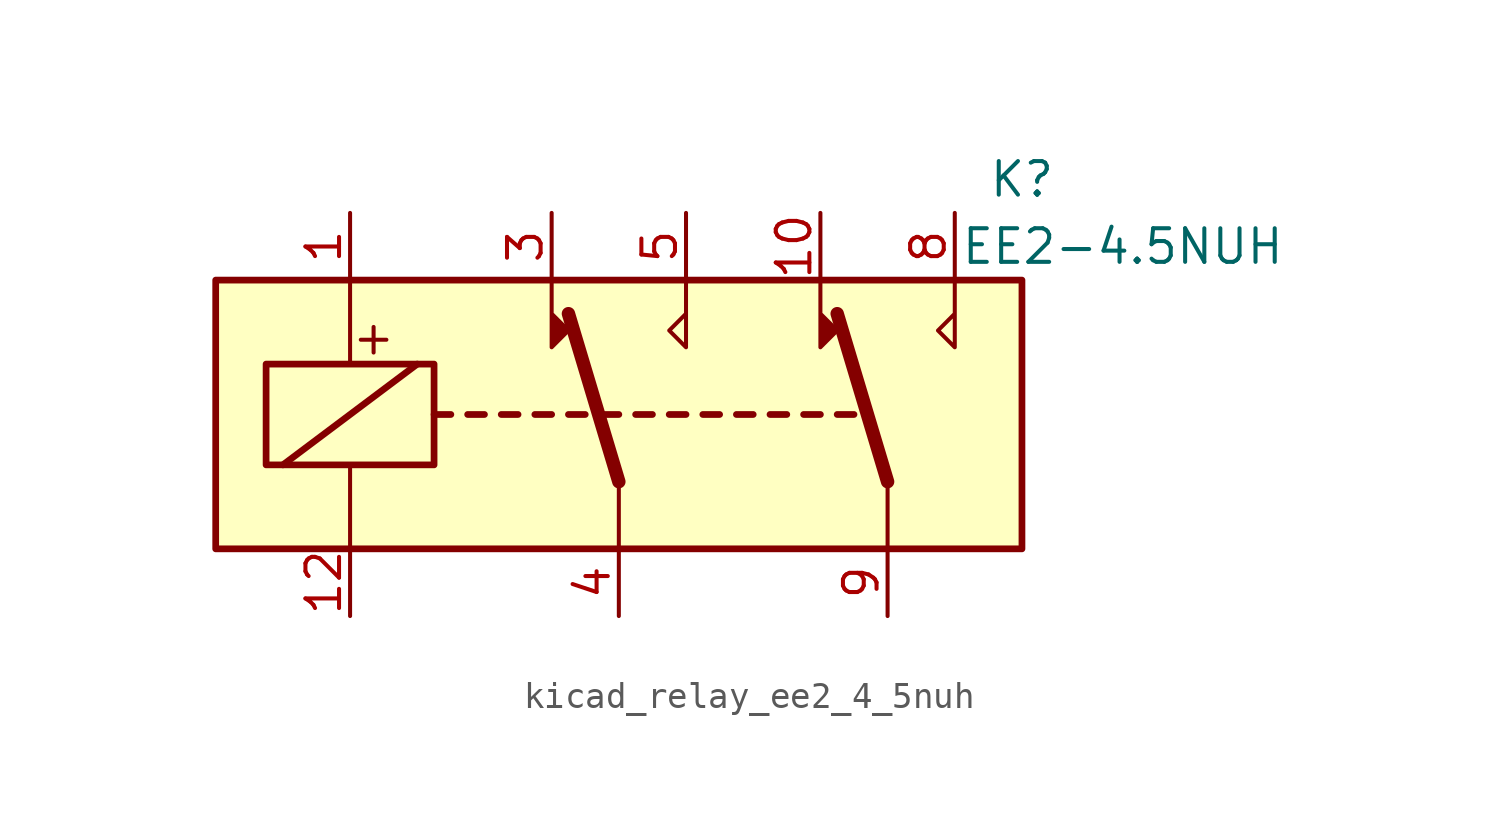
<source format=kicad_sym>
(kicad_symbol_lib
  (version 20220914)
  (generator kicad_symbol_editor)
  (symbol "kicad_relay_ee2_4_5nuh"
    (property "Reference" "K"
      (at 15.24 8.89 0)
      (effects (font (size 1.27 1.27))))
    (property "Value" "EE2-4.5NUH"
      (at 19.05 6.35 0)
      (effects (font (size 1.27 1.27))))
    (symbol "kicad_relay_ee2_4_5nuh_1_1"
      (rectangle (start -15.24 5.08) (end 15.24 -5.08) (stroke (width 0.254) (type default)) (fill (type background)))
      (rectangle (start -13.335 1.905) (end -6.985 -1.905) (stroke (width 0.254) (type default)) (fill (type none)))
      (polyline (pts (xy -12.7 -1.905) (xy -7.62 1.905)) (stroke (width 0.254) (type default)) (fill (type none)))
      (polyline (pts (xy -10.16 -5.08) (xy -10.16 -1.905)) (stroke (width 0) (type default)) (fill (type none)))
      (polyline (pts (xy -10.16 5.08) (xy -10.16 1.905)) (stroke (width 0) (type default)) (fill (type none)))
      (polyline (pts (xy -6.985 0) (xy -6.35 0)) (stroke (width 0.254) (type default)) (fill (type none)))
      (polyline (pts (xy -5.715 0) (xy -5.08 0)) (stroke (width 0.254) (type default)) (fill (type none)))
      (polyline (pts (xy -4.445 0) (xy -3.81 0)) (stroke (width 0.254) (type default)) (fill (type none)))
      (polyline (pts (xy -3.175 0) (xy -2.54 0)) (stroke (width 0.254) (type default)) (fill (type none)))
      (polyline (pts (xy -1.905 0) (xy -1.27 0)) (stroke (width 0.254) (type default)) (fill (type none)))
      (polyline (pts (xy -0.635 0) (xy 0 0)) (stroke (width 0.254) (type default)) (fill (type none)))
      (polyline (pts (xy 0 -2.54) (xy -1.905 3.81)) (stroke (width 0.508) (type default)) (fill (type none)))
      (polyline (pts (xy 0 -2.54) (xy 0 -5.08)) (stroke (width 0) (type default)) (fill (type none)))
      (polyline (pts (xy 0.635 0) (xy 1.27 0)) (stroke (width 0.254) (type default)) (fill (type none)))
      (polyline (pts (xy 1.905 0) (xy 2.54 0)) (stroke (width 0.254) (type default)) (fill (type none)))
      (polyline (pts (xy 3.175 0) (xy 3.81 0)) (stroke (width 0.254) (type default)) (fill (type none)))
      (polyline (pts (xy 4.445 0) (xy 5.08 0)) (stroke (width 0.254) (type default)) (fill (type none)))
      (polyline (pts (xy 5.715 0) (xy 6.35 0)) (stroke (width 0.254) (type default)) (fill (type none)))
      (polyline (pts (xy 6.985 0) (xy 7.62 0)) (stroke (width 0.254) (type default)) (fill (type none)))
      (polyline (pts (xy 8.255 0) (xy 8.89 0)) (stroke (width 0.254) (type default)) (fill (type none)))
      (polyline (pts (xy 10.16 -2.54) (xy 8.255 3.81)) (stroke (width 0.508) (type default)) (fill (type none)))
      (polyline (pts (xy 10.16 -2.54) (xy 10.16 -5.08)) (stroke (width 0) (type default)) (fill (type none)))
      (polyline (pts (xy -2.54 5.08) (xy -2.54 2.54) (xy -1.905 3.175) (xy -2.54 3.81)) (stroke (width 0) (type default)) (fill (type outline)))
      (polyline (pts (xy 2.54 5.08) (xy 2.54 2.54) (xy 1.905 3.175) (xy 2.54 3.81)) (stroke (width 0) (type default)) (fill (type none)))
      (polyline (pts (xy 7.62 5.08) (xy 7.62 2.54) (xy 8.255 3.175) (xy 7.62 3.81)) (stroke (width 0) (type default)) (fill (type outline)))
      (polyline (pts (xy 12.7 5.08) (xy 12.7 2.54) (xy 12.065 3.175) (xy 12.7 3.81)) (stroke (width 0) (type default)) (fill (type none)))
      (text "+" (at -9.271 2.921 0) (effects (font (size 1.27 1.27))))
      (pin passive line (at -10.16 7.62 270) (length 2.54) (name "~" (effects (font (size 1.27 1.27)))) (number "1" (effects (font (size 1.27 1.27)))))
      (pin passive line (at 7.62 7.62 270) (length 2.54) (name "~" (effects (font (size 1.27 1.27)))) (number "10" (effects (font (size 1.27 1.27)))))
      (pin passive line (at -10.16 -7.62 90) (length 2.54) (name "~" (effects (font (size 1.27 1.27)))) (number "12" (effects (font (size 1.27 1.27)))))
      (pin passive line (at -2.54 7.62 270) (length 2.54) (name "~" (effects (font (size 1.27 1.27)))) (number "3" (effects (font (size 1.27 1.27)))))
      (pin passive line (at 0 -7.62 90) (length 2.54) (name "~" (effects (font (size 1.27 1.27)))) (number "4" (effects (font (size 1.27 1.27)))))
      (pin passive line (at 2.54 7.62 270) (length 2.54) (name "~" (effects (font (size 1.27 1.27)))) (number "5" (effects (font (size 1.27 1.27)))))
      (pin passive line (at 12.7 7.62 270) (length 2.54) (name "~" (effects (font (size 1.27 1.27)))) (number "8" (effects (font (size 1.27 1.27)))))
      (pin passive line (at 10.16 -7.62 90) (length 2.54) (name "~" (effects (font (size 1.27 1.27)))) (number "9" (effects (font (size 1.27 1.27))))))))
</source>
